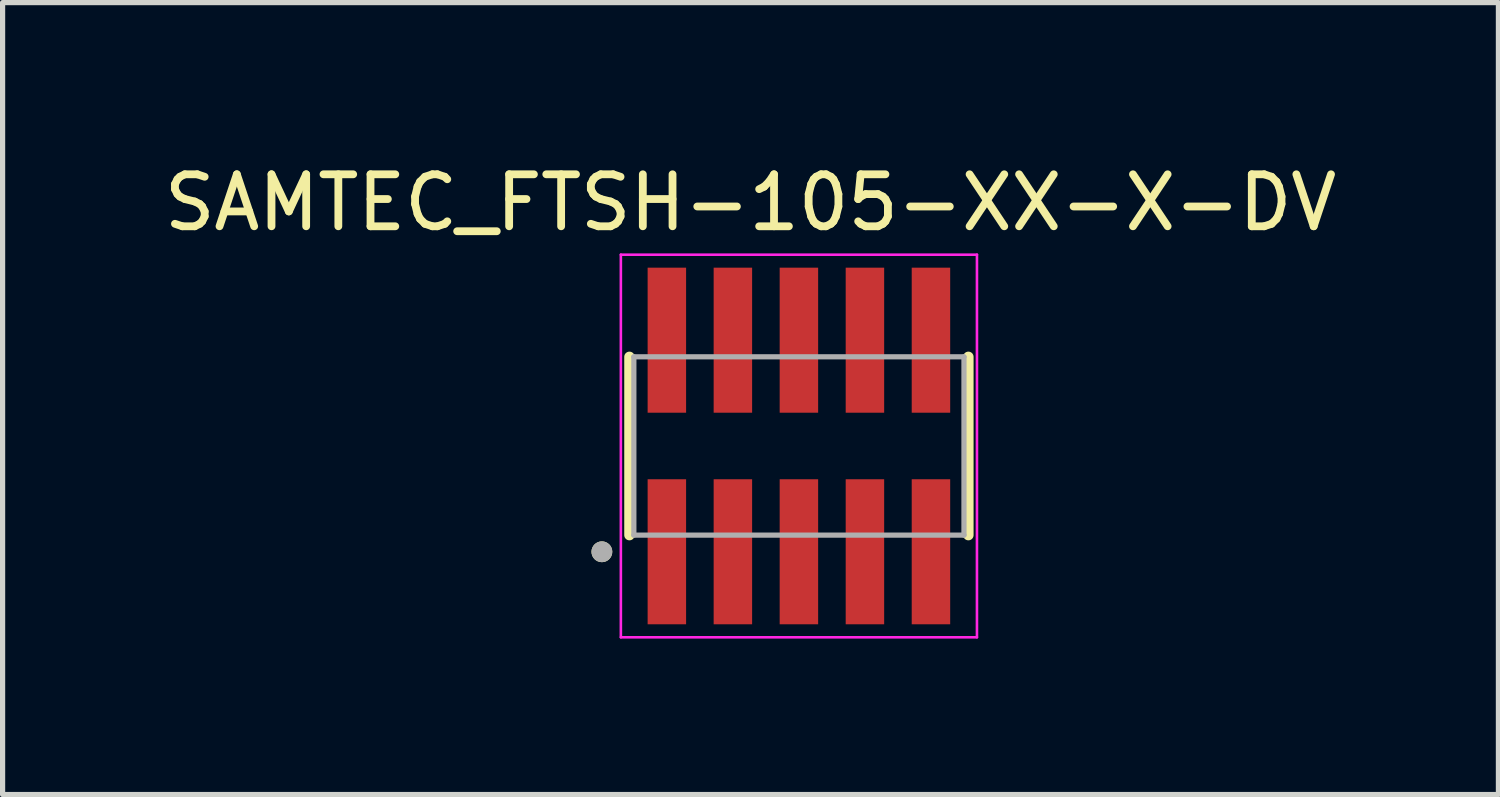
<source format=kicad_pcb>
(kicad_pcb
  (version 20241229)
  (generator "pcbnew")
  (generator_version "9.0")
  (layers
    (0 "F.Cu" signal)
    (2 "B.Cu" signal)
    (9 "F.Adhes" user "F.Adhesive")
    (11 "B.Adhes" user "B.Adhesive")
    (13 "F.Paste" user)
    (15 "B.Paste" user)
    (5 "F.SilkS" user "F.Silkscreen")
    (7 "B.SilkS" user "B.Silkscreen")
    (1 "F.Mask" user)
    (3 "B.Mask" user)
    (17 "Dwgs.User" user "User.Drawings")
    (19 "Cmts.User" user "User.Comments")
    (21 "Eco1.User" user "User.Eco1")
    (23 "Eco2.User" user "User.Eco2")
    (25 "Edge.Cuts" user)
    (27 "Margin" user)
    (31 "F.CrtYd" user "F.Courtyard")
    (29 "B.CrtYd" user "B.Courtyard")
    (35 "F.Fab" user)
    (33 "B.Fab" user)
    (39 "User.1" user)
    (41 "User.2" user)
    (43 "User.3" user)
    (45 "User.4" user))
  (footprint "SAMTEC_FTSH-105-XX-X-DV"
    (layer "F.Cu")
    (at 12.318 5.529)
    (property "Reference" "SAMTEC_FTSH-105-XX-X-DV" (at -0.931 -4.681 0) (layer "F.SilkS") (effects (font (size 1 1) (thickness 0.15))))
    (attr through_hole)
    (fp_line (start -3.26 -1.715) (end -3.26 1.715) (stroke (width 0.2) (type solid)) (layer "F.SilkS"))
    (fp_line (start 3.26 1.715) (end 3.26 -1.715) (stroke (width 0.2) (type solid)) (layer "F.SilkS"))
    (fp_circle (center -3.79 2.035) (end -3.69 2.035) (stroke (width 0.2) (type solid)) (fill no) (layer "F.SilkS"))
    (fp_line (start -3.425 -3.68) (end 3.425 -3.68) (stroke (width 0.05) (type solid)) (layer "F.CrtYd"))
    (fp_line (start -3.425 3.68) (end -3.425 -3.68) (stroke (width 0.05) (type solid)) (layer "F.CrtYd"))
    (fp_line (start 3.425 -3.68) (end 3.425 3.68) (stroke (width 0.05) (type solid)) (layer "F.CrtYd"))
    (fp_line (start 3.425 3.68) (end -3.425 3.68) (stroke (width 0.05) (type solid)) (layer "F.CrtYd"))
    (fp_line (start -3.175 1.715) (end -3.175 -1.715) (stroke (width 0.1) (type solid)) (layer "F.Fab"))
    (fp_line (start -3.175 1.715) (end 3.175 1.715) (stroke (width 0.1) (type solid)) (layer "F.Fab"))
    (fp_line (start 3.175 -1.715) (end -3.175 -1.715) (stroke (width 0.1) (type solid)) (layer "F.Fab"))
    (fp_line (start 3.175 1.715) (end 3.175 -1.715) (stroke (width 0.1) (type solid)) (layer "F.Fab"))
    (fp_circle (center -3.79 2.035) (end -3.69 2.035) (stroke (width 0.2) (type solid)) (fill no) (layer "F.Fab"))
    (pad "01" smd rect (at -2.54 2.035) (size 0.74 2.79) (layers "F.Cu" "F.Mask" "F.Paste"))
    (pad "02" smd rect (at -2.54 -2.035) (size 0.74 2.79) (layers "F.Cu" "F.Mask" "F.Paste"))
    (pad "03" smd rect (at -1.27 2.035) (size 0.74 2.79) (layers "F.Cu" "F.Mask" "F.Paste"))
    (pad "04" smd rect (at -1.27 -2.035) (size 0.74 2.79) (layers "F.Cu" "F.Mask" "F.Paste"))
    (pad "05" smd rect (at 0 2.035) (size 0.74 2.79) (layers "F.Cu" "F.Mask" "F.Paste"))
    (pad "06" smd rect (at 0 -2.035) (size 0.74 2.79) (layers "F.Cu" "F.Mask" "F.Paste"))
    (pad "07" smd rect (at 1.27 2.035) (size 0.74 2.79) (layers "F.Cu" "F.Mask" "F.Paste"))
    (pad "08" smd rect (at 1.27 -2.035) (size 0.74 2.79) (layers "F.Cu" "F.Mask" "F.Paste"))
    (pad "09" smd rect (at 2.54 2.035) (size 0.74 2.79) (layers "F.Cu" "F.Mask" "F.Paste"))
    (pad "10" smd rect (at 2.54 -2.035) (size 0.74 2.79) (layers "F.Cu" "F.Mask" "F.Paste")))
  (gr_rect
    (start -3 -3)
    (end 25.774 12.234)
    (stroke (width 0.1) (type default))
    (fill no)
    (layer "Edge.Cuts")))
</source>
